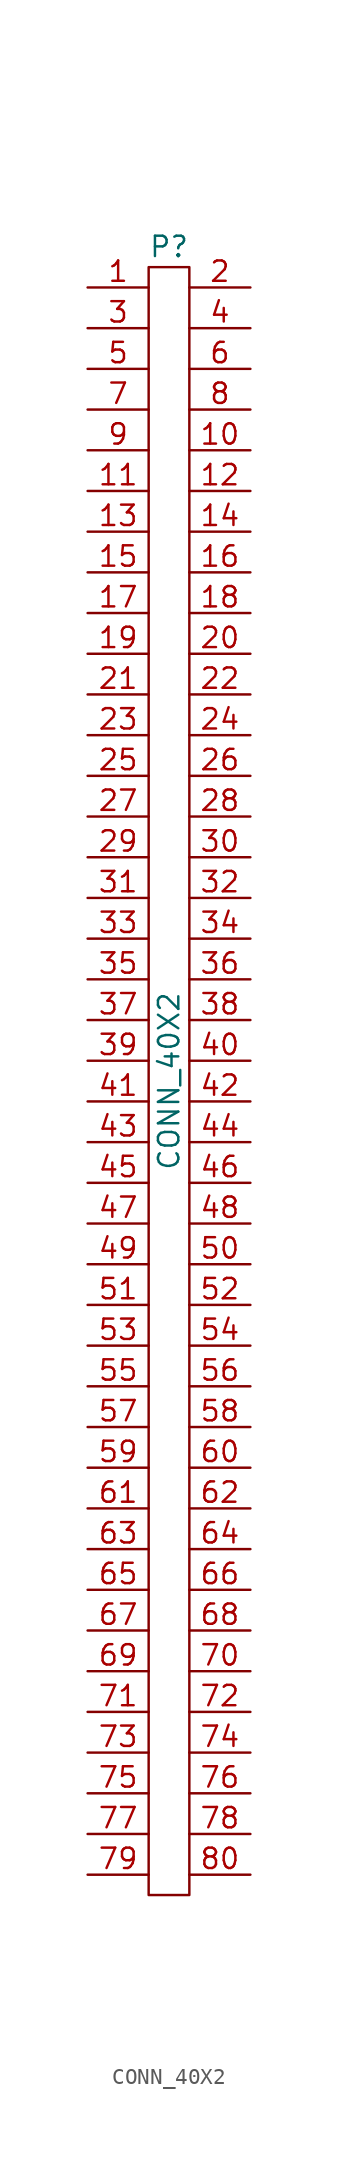
<source format=kicad_sym>
(kicad_symbol_lib
  (version 20201005)
  (generator kicad_symbol_editor)
  (symbol "CONN_40X2"
    (pin_names
      (offset 0.025) hide)
    (property "Reference" "P"
      (at 0 52.07 0)
      (effects (font (size 1.27 1.27))))
    (property "Value" "CONN_40X2"
      (at 0 0 90)
      (effects (font (size 1.27 1.27))))
    (symbol "CONN_40X2_0_1"
      (rectangle (start -1.27 50.8) (end 1.27 -50.8) (stroke (width 0)) (fill (type none))))
    (symbol "CONN_40X2_1_1"
      (pin passive line (at -5.08 49.53 0) (length 3.81) (name "P1" (effects (font (size 1.27 1.27)))) (number "1" (effects (font (size 1.27 1.27)))))
      (pin passive line (at 5.08 39.37 180) (length 3.81) (name "P10" (effects (font (size 1.27 1.27)))) (number "10" (effects (font (size 1.27 1.27)))))
      (pin passive line (at -5.08 36.83 0) (length 3.81) (name "P11" (effects (font (size 1.27 1.27)))) (number "11" (effects (font (size 1.27 1.27)))))
      (pin passive line (at 5.08 36.83 180) (length 3.81) (name "P12" (effects (font (size 1.27 1.27)))) (number "12" (effects (font (size 1.27 1.27)))))
      (pin passive line (at -5.08 34.29 0) (length 3.81) (name "P13" (effects (font (size 1.27 1.27)))) (number "13" (effects (font (size 1.27 1.27)))))
      (pin passive line (at 5.08 34.29 180) (length 3.81) (name "P14" (effects (font (size 1.27 1.27)))) (number "14" (effects (font (size 1.27 1.27)))))
      (pin passive line (at -5.08 31.75 0) (length 3.81) (name "P15" (effects (font (size 1.27 1.27)))) (number "15" (effects (font (size 1.27 1.27)))))
      (pin passive line (at 5.08 31.75 180) (length 3.81) (name "P16" (effects (font (size 1.27 1.27)))) (number "16" (effects (font (size 1.27 1.27)))))
      (pin passive line (at -5.08 29.21 0) (length 3.81) (name "P17" (effects (font (size 1.27 1.27)))) (number "17" (effects (font (size 1.27 1.27)))))
      (pin passive line (at 5.08 29.21 180) (length 3.81) (name "P18" (effects (font (size 1.27 1.27)))) (number "18" (effects (font (size 1.27 1.27)))))
      (pin passive line (at -5.08 26.67 0) (length 3.81) (name "P19" (effects (font (size 1.27 1.27)))) (number "19" (effects (font (size 1.27 1.27)))))
      (pin passive line (at 5.08 49.53 180) (length 3.81) (name "P2" (effects (font (size 1.27 1.27)))) (number "2" (effects (font (size 1.27 1.27)))))
      (pin passive line (at 5.08 26.67 180) (length 3.81) (name "P20" (effects (font (size 1.27 1.27)))) (number "20" (effects (font (size 1.27 1.27)))))
      (pin passive line (at -5.08 24.13 0) (length 3.81) (name "P21" (effects (font (size 1.27 1.27)))) (number "21" (effects (font (size 1.27 1.27)))))
      (pin passive line (at 5.08 24.13 180) (length 3.81) (name "P22" (effects (font (size 1.27 1.27)))) (number "22" (effects (font (size 1.27 1.27)))))
      (pin passive line (at -5.08 21.59 0) (length 3.81) (name "P23" (effects (font (size 1.27 1.27)))) (number "23" (effects (font (size 1.27 1.27)))))
      (pin passive line (at 5.08 21.59 180) (length 3.81) (name "P24" (effects (font (size 1.27 1.27)))) (number "24" (effects (font (size 1.27 1.27)))))
      (pin passive line (at -5.08 19.05 0) (length 3.81) (name "P25" (effects (font (size 1.27 1.27)))) (number "25" (effects (font (size 1.27 1.27)))))
      (pin passive line (at 5.08 19.05 180) (length 3.81) (name "P26" (effects (font (size 1.27 1.27)))) (number "26" (effects (font (size 1.27 1.27)))))
      (pin passive line (at -5.08 16.51 0) (length 3.81) (name "P27" (effects (font (size 1.27 1.27)))) (number "27" (effects (font (size 1.27 1.27)))))
      (pin passive line (at 5.08 16.51 180) (length 3.81) (name "P28" (effects (font (size 1.27 1.27)))) (number "28" (effects (font (size 1.27 1.27)))))
      (pin passive line (at -5.08 13.97 0) (length 3.81) (name "P29" (effects (font (size 1.27 1.27)))) (number "29" (effects (font (size 1.27 1.27)))))
      (pin passive line (at -5.08 46.99 0) (length 3.81) (name "P3" (effects (font (size 1.27 1.27)))) (number "3" (effects (font (size 1.27 1.27)))))
      (pin passive line (at 5.08 13.97 180) (length 3.81) (name "P30" (effects (font (size 1.27 1.27)))) (number "30" (effects (font (size 1.27 1.27)))))
      (pin passive line (at -5.08 11.43 0) (length 3.81) (name "P31" (effects (font (size 1.27 1.27)))) (number "31" (effects (font (size 1.27 1.27)))))
      (pin passive line (at 5.08 11.43 180) (length 3.81) (name "P32" (effects (font (size 1.27 1.27)))) (number "32" (effects (font (size 1.27 1.27)))))
      (pin passive line (at -5.08 8.89 0) (length 3.81) (name "P33" (effects (font (size 1.27 1.27)))) (number "33" (effects (font (size 1.27 1.27)))))
      (pin passive line (at 5.08 8.89 180) (length 3.81) (name "P34" (effects (font (size 1.27 1.27)))) (number "34" (effects (font (size 1.27 1.27)))))
      (pin passive line (at -5.08 6.35 0) (length 3.81) (name "P35" (effects (font (size 1.27 1.27)))) (number "35" (effects (font (size 1.27 1.27)))))
      (pin passive line (at 5.08 6.35 180) (length 3.81) (name "P36" (effects (font (size 1.27 1.27)))) (number "36" (effects (font (size 1.27 1.27)))))
      (pin passive line (at -5.08 3.81 0) (length 3.81) (name "P37" (effects (font (size 1.27 1.27)))) (number "37" (effects (font (size 1.27 1.27)))))
      (pin passive line (at 5.08 3.81 180) (length 3.81) (name "P38" (effects (font (size 1.27 1.27)))) (number "38" (effects (font (size 1.27 1.27)))))
      (pin passive line (at -5.08 1.27 0) (length 3.81) (name "P39" (effects (font (size 1.27 1.27)))) (number "39" (effects (font (size 1.27 1.27)))))
      (pin passive line (at 5.08 46.99 180) (length 3.81) (name "P4" (effects (font (size 1.27 1.27)))) (number "4" (effects (font (size 1.27 1.27)))))
      (pin passive line (at 5.08 1.27 180) (length 3.81) (name "P40" (effects (font (size 1.27 1.27)))) (number "40" (effects (font (size 1.27 1.27)))))
      (pin passive line (at -5.08 -1.27 0) (length 3.81) (name "P41" (effects (font (size 1.27 1.27)))) (number "41" (effects (font (size 1.27 1.27)))))
      (pin passive line (at 5.08 -1.27 180) (length 3.81) (name "P42" (effects (font (size 1.27 1.27)))) (number "42" (effects (font (size 1.27 1.27)))))
      (pin passive line (at -5.08 -3.81 0) (length 3.81) (name "P43" (effects (font (size 1.27 1.27)))) (number "43" (effects (font (size 1.27 1.27)))))
      (pin passive line (at 5.08 -3.81 180) (length 3.81) (name "P44" (effects (font (size 1.27 1.27)))) (number "44" (effects (font (size 1.27 1.27)))))
      (pin passive line (at -5.08 -6.35 0) (length 3.81) (name "P45" (effects (font (size 1.27 1.27)))) (number "45" (effects (font (size 1.27 1.27)))))
      (pin passive line (at 5.08 -6.35 180) (length 3.81) (name "P46" (effects (font (size 1.27 1.27)))) (number "46" (effects (font (size 1.27 1.27)))))
      (pin passive line (at -5.08 -8.89 0) (length 3.81) (name "P47" (effects (font (size 1.27 1.27)))) (number "47" (effects (font (size 1.27 1.27)))))
      (pin passive line (at 5.08 -8.89 180) (length 3.81) (name "P48" (effects (font (size 1.27 1.27)))) (number "48" (effects (font (size 1.27 1.27)))))
      (pin passive line (at -5.08 -11.43 0) (length 3.81) (name "P49" (effects (font (size 1.27 1.27)))) (number "49" (effects (font (size 1.27 1.27)))))
      (pin passive line (at -5.08 44.45 0) (length 3.81) (name "P5" (effects (font (size 1.27 1.27)))) (number "5" (effects (font (size 1.27 1.27)))))
      (pin passive line (at 5.08 -11.43 180) (length 3.81) (name "P50" (effects (font (size 1.27 1.27)))) (number "50" (effects (font (size 1.27 1.27)))))
      (pin passive line (at -5.08 -13.97 0) (length 3.81) (name "P51" (effects (font (size 1.27 1.27)))) (number "51" (effects (font (size 1.27 1.27)))))
      (pin passive line (at 5.08 -13.97 180) (length 3.81) (name "P52" (effects (font (size 1.27 1.27)))) (number "52" (effects (font (size 1.27 1.27)))))
      (pin passive line (at -5.08 -16.51 0) (length 3.81) (name "P53" (effects (font (size 1.27 1.27)))) (number "53" (effects (font (size 1.27 1.27)))))
      (pin passive line (at 5.08 -16.51 180) (length 3.81) (name "P54" (effects (font (size 1.27 1.27)))) (number "54" (effects (font (size 1.27 1.27)))))
      (pin passive line (at -5.08 -19.05 0) (length 3.81) (name "P55" (effects (font (size 1.27 1.27)))) (number "55" (effects (font (size 1.27 1.27)))))
      (pin passive line (at 5.08 -19.05 180) (length 3.81) (name "P56" (effects (font (size 1.27 1.27)))) (number "56" (effects (font (size 1.27 1.27)))))
      (pin passive line (at -5.08 -21.59 0) (length 3.81) (name "P57" (effects (font (size 1.27 1.27)))) (number "57" (effects (font (size 1.27 1.27)))))
      (pin passive line (at 5.08 -21.59 180) (length 3.81) (name "P58" (effects (font (size 1.27 1.27)))) (number "58" (effects (font (size 1.27 1.27)))))
      (pin passive line (at -5.08 -24.13 0) (length 3.81) (name "P59" (effects (font (size 1.27 1.27)))) (number "59" (effects (font (size 1.27 1.27)))))
      (pin passive line (at 5.08 44.45 180) (length 3.81) (name "P6" (effects (font (size 1.27 1.27)))) (number "6" (effects (font (size 1.27 1.27)))))
      (pin passive line (at 5.08 -24.13 180) (length 3.81) (name "P60" (effects (font (size 1.27 1.27)))) (number "60" (effects (font (size 1.27 1.27)))))
      (pin passive line (at -5.08 -26.67 0) (length 3.81) (name "P61" (effects (font (size 1.27 1.27)))) (number "61" (effects (font (size 1.27 1.27)))))
      (pin passive line (at 5.08 -26.67 180) (length 3.81) (name "P62" (effects (font (size 1.27 1.27)))) (number "62" (effects (font (size 1.27 1.27)))))
      (pin passive line (at -5.08 -29.21 0) (length 3.81) (name "P63" (effects (font (size 1.27 1.27)))) (number "63" (effects (font (size 1.27 1.27)))))
      (pin passive line (at 5.08 -29.21 180) (length 3.81) (name "P64" (effects (font (size 1.27 1.27)))) (number "64" (effects (font (size 1.27 1.27)))))
      (pin passive line (at -5.08 -31.75 0) (length 3.81) (name "P65" (effects (font (size 1.27 1.27)))) (number "65" (effects (font (size 1.27 1.27)))))
      (pin passive line (at 5.08 -31.75 180) (length 3.81) (name "P66" (effects (font (size 1.27 1.27)))) (number "66" (effects (font (size 1.27 1.27)))))
      (pin passive line (at -5.08 -34.29 0) (length 3.81) (name "P67" (effects (font (size 1.27 1.27)))) (number "67" (effects (font (size 1.27 1.27)))))
      (pin passive line (at 5.08 -34.29 180) (length 3.81) (name "P68" (effects (font (size 1.27 1.27)))) (number "68" (effects (font (size 1.27 1.27)))))
      (pin passive line (at -5.08 -36.83 0) (length 3.81) (name "P69" (effects (font (size 1.27 1.27)))) (number "69" (effects (font (size 1.27 1.27)))))
      (pin passive line (at -5.08 41.91 0) (length 3.81) (name "P7" (effects (font (size 1.27 1.27)))) (number "7" (effects (font (size 1.27 1.27)))))
      (pin passive line (at 5.08 -36.83 180) (length 3.81) (name "P70" (effects (font (size 1.27 1.27)))) (number "70" (effects (font (size 1.27 1.27)))))
      (pin passive line (at -5.08 -39.37 0) (length 3.81) (name "P71" (effects (font (size 1.27 1.27)))) (number "71" (effects (font (size 1.27 1.27)))))
      (pin passive line (at 5.08 -39.37 180) (length 3.81) (name "P72" (effects (font (size 1.27 1.27)))) (number "72" (effects (font (size 1.27 1.27)))))
      (pin passive line (at -5.08 -41.91 0) (length 3.81) (name "P73" (effects (font (size 1.27 1.27)))) (number "73" (effects (font (size 1.27 1.27)))))
      (pin passive line (at 5.08 -41.91 180) (length 3.81) (name "P74" (effects (font (size 1.27 1.27)))) (number "74" (effects (font (size 1.27 1.27)))))
      (pin passive line (at -5.08 -44.45 0) (length 3.81) (name "P75" (effects (font (size 1.27 1.27)))) (number "75" (effects (font (size 1.27 1.27)))))
      (pin passive line (at 5.08 -44.45 180) (length 3.81) (name "P76" (effects (font (size 1.27 1.27)))) (number "76" (effects (font (size 1.27 1.27)))))
      (pin passive line (at -5.08 -46.99 0) (length 3.81) (name "P77" (effects (font (size 1.27 1.27)))) (number "77" (effects (font (size 1.27 1.27)))))
      (pin passive line (at 5.08 -46.99 180) (length 3.81) (name "P78" (effects (font (size 1.27 1.27)))) (number "78" (effects (font (size 1.27 1.27)))))
      (pin passive line (at -5.08 -49.53 0) (length 3.81) (name "P79" (effects (font (size 1.27 1.27)))) (number "79" (effects (font (size 1.27 1.27)))))
      (pin passive line (at 5.08 41.91 180) (length 3.81) (name "P8" (effects (font (size 1.27 1.27)))) (number "8" (effects (font (size 1.27 1.27)))))
      (pin passive line (at 5.08 -49.53 180) (length 3.81) (name "P80" (effects (font (size 1.27 1.27)))) (number "80" (effects (font (size 1.27 1.27)))))
      (pin passive line (at -5.08 39.37 0) (length 3.81) (name "P9" (effects (font (size 1.27 1.27)))) (number "9" (effects (font (size 1.27 1.27))))))))
</source>
